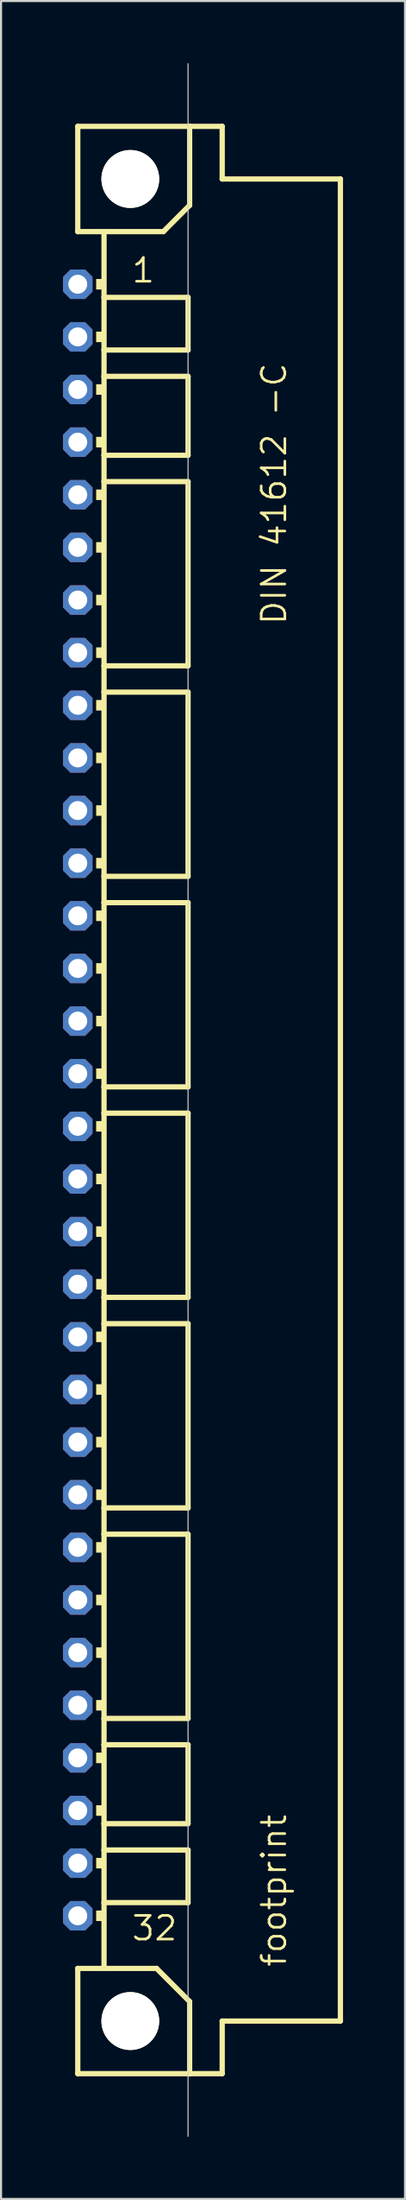
<source format=kicad_pcb>
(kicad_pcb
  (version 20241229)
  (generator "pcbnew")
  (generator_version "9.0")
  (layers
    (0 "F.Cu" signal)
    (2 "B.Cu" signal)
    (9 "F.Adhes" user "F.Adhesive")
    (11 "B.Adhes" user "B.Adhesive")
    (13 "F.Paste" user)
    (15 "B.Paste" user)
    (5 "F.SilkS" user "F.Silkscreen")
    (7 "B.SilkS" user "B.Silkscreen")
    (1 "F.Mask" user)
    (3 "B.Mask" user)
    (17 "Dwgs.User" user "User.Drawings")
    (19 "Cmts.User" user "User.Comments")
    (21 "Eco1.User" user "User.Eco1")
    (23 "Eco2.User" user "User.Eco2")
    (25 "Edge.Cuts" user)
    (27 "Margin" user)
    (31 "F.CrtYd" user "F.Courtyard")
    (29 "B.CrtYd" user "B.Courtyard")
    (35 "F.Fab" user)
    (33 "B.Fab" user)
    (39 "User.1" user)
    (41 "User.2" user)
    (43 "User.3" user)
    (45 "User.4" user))
  (footprint "footprint"
    (layer "F.Cu")
    (at 3.251 50.038)
    (property "Reference" "footprint" (at 7.62 41.91 90) (layer "F.SilkS") (effects (font (size 1.143 1.143) (thickness 0.127)) (justify left bottom)))
    (fp_line (start -2.54 -46.99) (end -2.54 -41.91) (stroke (width 0.254) (type solid)) (layer "F.SilkS"))
    (fp_line (start -2.54 -41.91) (end -1.27 -41.91) (stroke (width 0.254) (type solid)) (layer "F.SilkS"))
    (fp_line (start -2.54 41.91) (end -2.54 46.99) (stroke (width 0.254) (type solid)) (layer "F.SilkS"))
    (fp_line (start -2.54 41.91) (end -1.27 41.91) (stroke (width 0.254) (type solid)) (layer "F.SilkS"))
    (fp_line (start -2.54 46.99) (end 2.87 46.99) (stroke (width 0.254) (type solid)) (layer "F.SilkS"))
    (fp_line (start -1.27 -41.91) (end -1.27 -38.735) (stroke (width 0.254) (type solid)) (layer "F.SilkS"))
    (fp_line (start -1.27 -41.91) (end 1.6 -41.91) (stroke (width 0.254) (type solid)) (layer "F.SilkS"))
    (fp_line (start -1.27 -38.735) (end -1.27 -36.195) (stroke (width 0.254) (type solid)) (layer "F.SilkS"))
    (fp_line (start -1.27 -36.195) (end -1.27 -34.925) (stroke (width 0.254) (type solid)) (layer "F.SilkS"))
    (fp_line (start -1.27 -34.925) (end -1.27 -31.115) (stroke (width 0.254) (type solid)) (layer "F.SilkS"))
    (fp_line (start -1.27 -31.115) (end -1.27 -29.845) (stroke (width 0.254) (type solid)) (layer "F.SilkS"))
    (fp_line (start -1.27 -29.845) (end -1.27 -20.955) (stroke (width 0.254) (type solid)) (layer "F.SilkS"))
    (fp_line (start -1.27 -20.955) (end -1.27 -19.685) (stroke (width 0.254) (type solid)) (layer "F.SilkS"))
    (fp_line (start -1.27 -19.685) (end -1.27 -10.795) (stroke (width 0.254) (type solid)) (layer "F.SilkS"))
    (fp_line (start -1.27 -10.795) (end -1.27 -9.525) (stroke (width 0.254) (type solid)) (layer "F.SilkS"))
    (fp_line (start -1.27 -9.525) (end -1.27 -0.635) (stroke (width 0.254) (type solid)) (layer "F.SilkS"))
    (fp_line (start -1.27 -0.635) (end -1.27 0.635) (stroke (width 0.254) (type solid)) (layer "F.SilkS"))
    (fp_line (start -1.27 0.635) (end -1.27 9.525) (stroke (width 0.254) (type solid)) (layer "F.SilkS"))
    (fp_line (start -1.27 9.525) (end -1.27 10.795) (stroke (width 0.254) (type solid)) (layer "F.SilkS"))
    (fp_line (start -1.27 10.795) (end -1.27 19.685) (stroke (width 0.254) (type solid)) (layer "F.SilkS"))
    (fp_line (start -1.27 19.685) (end -1.27 20.955) (stroke (width 0.254) (type solid)) (layer "F.SilkS"))
    (fp_line (start -1.27 20.955) (end -1.27 29.845) (stroke (width 0.254) (type solid)) (layer "F.SilkS"))
    (fp_line (start -1.27 29.845) (end -1.27 31.115) (stroke (width 0.254) (type solid)) (layer "F.SilkS"))
    (fp_line (start -1.27 31.115) (end -1.27 34.925) (stroke (width 0.254) (type solid)) (layer "F.SilkS"))
    (fp_line (start -1.27 34.925) (end -1.27 36.195) (stroke (width 0.254) (type solid)) (layer "F.SilkS"))
    (fp_line (start -1.27 36.195) (end -1.27 38.735) (stroke (width 0.254) (type solid)) (layer "F.SilkS"))
    (fp_line (start -1.27 38.735) (end -1.27 41.91) (stroke (width 0.254) (type solid)) (layer "F.SilkS"))
    (fp_line (start -1.27 41.91) (end 1.27 41.91) (stroke (width 0.254) (type solid)) (layer "F.SilkS"))
    (fp_line (start 1.6 -41.91) (end 2.87 -43.18) (stroke (width 0.254) (type solid)) (layer "F.SilkS"))
    (fp_line (start 2.794 -38.735) (end -1.27 -38.735) (stroke (width 0.254) (type solid)) (layer "F.SilkS"))
    (fp_line (start 2.794 -38.735) (end 2.794 -36.195) (stroke (width 0.254) (type solid)) (layer "F.SilkS"))
    (fp_line (start 2.794 -36.195) (end -1.27 -36.195) (stroke (width 0.254) (type solid)) (layer "F.SilkS"))
    (fp_line (start 2.794 -34.925) (end -1.27 -34.925) (stroke (width 0.254) (type solid)) (layer "F.SilkS"))
    (fp_line (start 2.794 -34.925) (end 2.794 -31.115) (stroke (width 0.254) (type solid)) (layer "F.SilkS"))
    (fp_line (start 2.794 -31.115) (end -1.27 -31.115) (stroke (width 0.254) (type solid)) (layer "F.SilkS"))
    (fp_line (start 2.794 -29.845) (end -1.27 -29.845) (stroke (width 0.254) (type solid)) (layer "F.SilkS"))
    (fp_line (start 2.794 -29.845) (end 2.794 -20.955) (stroke (width 0.254) (type solid)) (layer "F.SilkS"))
    (fp_line (start 2.794 -20.955) (end -1.27 -20.955) (stroke (width 0.254) (type solid)) (layer "F.SilkS"))
    (fp_line (start 2.794 -19.685) (end -1.27 -19.685) (stroke (width 0.254) (type solid)) (layer "F.SilkS"))
    (fp_line (start 2.794 -19.685) (end 2.794 -10.795) (stroke (width 0.254) (type solid)) (layer "F.SilkS"))
    (fp_line (start 2.794 -10.795) (end -1.27 -10.795) (stroke (width 0.254) (type solid)) (layer "F.SilkS"))
    (fp_line (start 2.794 -9.525) (end -1.27 -9.525) (stroke (width 0.254) (type solid)) (layer "F.SilkS"))
    (fp_line (start 2.794 -9.525) (end 2.794 -0.635) (stroke (width 0.254) (type solid)) (layer "F.SilkS"))
    (fp_line (start 2.794 -0.635) (end -1.27 -0.635) (stroke (width 0.254) (type solid)) (layer "F.SilkS"))
    (fp_line (start 2.794 0.635) (end -1.27 0.635) (stroke (width 0.254) (type solid)) (layer "F.SilkS"))
    (fp_line (start 2.794 0.635) (end 2.794 9.525) (stroke (width 0.254) (type solid)) (layer "F.SilkS"))
    (fp_line (start 2.794 9.525) (end -1.27 9.525) (stroke (width 0.254) (type solid)) (layer "F.SilkS"))
    (fp_line (start 2.794 10.795) (end -1.27 10.795) (stroke (width 0.254) (type solid)) (layer "F.SilkS"))
    (fp_line (start 2.794 10.795) (end 2.794 19.685) (stroke (width 0.254) (type solid)) (layer "F.SilkS"))
    (fp_line (start 2.794 19.685) (end -1.27 19.685) (stroke (width 0.254) (type solid)) (layer "F.SilkS"))
    (fp_line (start 2.794 20.955) (end -1.27 20.955) (stroke (width 0.254) (type solid)) (layer "F.SilkS"))
    (fp_line (start 2.794 20.955) (end 2.794 29.845) (stroke (width 0.254) (type solid)) (layer "F.SilkS"))
    (fp_line (start 2.794 29.845) (end -1.27 29.845) (stroke (width 0.254) (type solid)) (layer "F.SilkS"))
    (fp_line (start 2.794 31.115) (end -1.27 31.115) (stroke (width 0.254) (type solid)) (layer "F.SilkS"))
    (fp_line (start 2.794 31.115) (end 2.794 34.925) (stroke (width 0.254) (type solid)) (layer "F.SilkS"))
    (fp_line (start 2.794 34.925) (end -1.27 34.925) (stroke (width 0.254) (type solid)) (layer "F.SilkS"))
    (fp_line (start 2.794 36.195) (end -1.27 36.195) (stroke (width 0.254) (type solid)) (layer "F.SilkS"))
    (fp_line (start 2.794 36.195) (end 2.794 38.735) (stroke (width 0.254) (type solid)) (layer "F.SilkS"))
    (fp_line (start 2.794 38.735) (end -1.27 38.735) (stroke (width 0.254) (type solid)) (layer "F.SilkS"))
    (fp_line (start 2.87 -46.99) (end -2.54 -46.99) (stroke (width 0.254) (type solid)) (layer "F.SilkS"))
    (fp_line (start 2.87 -43.18) (end 2.87 -46.99) (stroke (width 0.254) (type solid)) (layer "F.SilkS"))
    (fp_line (start 2.87 43.51) (end 1.27 41.91) (stroke (width 0.254) (type solid)) (layer "F.SilkS"))
    (fp_line (start 2.87 43.51) (end 2.87 46.99) (stroke (width 0.254) (type solid)) (layer "F.SilkS"))
    (fp_line (start 2.87 46.99) (end 4.445 46.99) (stroke (width 0.254) (type solid)) (layer "F.SilkS"))
    (fp_line (start 4.445 -46.99) (end 2.87 -46.99) (stroke (width 0.254) (type solid)) (layer "F.SilkS"))
    (fp_line (start 4.445 -44.45) (end 4.445 -46.99) (stroke (width 0.254) (type solid)) (layer "F.SilkS"))
    (fp_line (start 4.445 44.45) (end 10.16 44.45) (stroke (width 0.254) (type solid)) (layer "F.SilkS"))
    (fp_line (start 4.445 46.99) (end 4.445 44.45) (stroke (width 0.254) (type solid)) (layer "F.SilkS"))
    (fp_line (start 10.16 -44.45) (end 4.445 -44.45) (stroke (width 0.254) (type solid)) (layer "F.SilkS"))
    (fp_line (start 10.16 44.45) (end 10.16 -44.45) (stroke (width 0.254) (type solid)) (layer "F.SilkS"))
    (fp_circle (center 0 -44.45) (end 1.27 -44.45) (stroke (width 0.254) (type solid)) (fill no) (layer "F.SilkS"))
    (fp_circle (center 0 44.45) (end 1.27 44.45) (stroke (width 0.254) (type solid)) (fill no) (layer "F.SilkS"))
    (fp_poly (pts (xy -1.651 -39.116) (xy -1.27 -39.116) (xy -1.27 -39.624) (xy -1.651 -39.624)) (stroke (width 0) (type solid)) (fill yes) (layer "F.SilkS"))
    (fp_poly (pts (xy -1.651 -36.576) (xy -1.27 -36.576) (xy -1.27 -37.084) (xy -1.651 -37.084)) (stroke (width 0) (type solid)) (fill yes) (layer "F.SilkS"))
    (fp_poly (pts (xy -1.651 -34.036) (xy -1.27 -34.036) (xy -1.27 -34.544) (xy -1.651 -34.544)) (stroke (width 0) (type solid)) (fill yes) (layer "F.SilkS"))
    (fp_poly (pts (xy -1.651 -31.496) (xy -1.27 -31.496) (xy -1.27 -32.004) (xy -1.651 -32.004)) (stroke (width 0) (type solid)) (fill yes) (layer "F.SilkS"))
    (fp_poly (pts (xy -1.651 -28.956) (xy -1.27 -28.956) (xy -1.27 -29.464) (xy -1.651 -29.464)) (stroke (width 0) (type solid)) (fill yes) (layer "F.SilkS"))
    (fp_poly (pts (xy -1.651 -26.416) (xy -1.27 -26.416) (xy -1.27 -26.924) (xy -1.651 -26.924)) (stroke (width 0) (type solid)) (fill yes) (layer "F.SilkS"))
    (fp_poly (pts (xy -1.651 -23.876) (xy -1.27 -23.876) (xy -1.27 -24.384) (xy -1.651 -24.384)) (stroke (width 0) (type solid)) (fill yes) (layer "F.SilkS"))
    (fp_poly (pts (xy -1.651 -21.336) (xy -1.27 -21.336) (xy -1.27 -21.844) (xy -1.651 -21.844)) (stroke (width 0) (type solid)) (fill yes) (layer "F.SilkS"))
    (fp_poly (pts (xy -1.651 -18.796) (xy -1.27 -18.796) (xy -1.27 -19.304) (xy -1.651 -19.304)) (stroke (width 0) (type solid)) (fill yes) (layer "F.SilkS"))
    (fp_poly (pts (xy -1.651 -16.256) (xy -1.27 -16.256) (xy -1.27 -16.764) (xy -1.651 -16.764)) (stroke (width 0) (type solid)) (fill yes) (layer "F.SilkS"))
    (fp_poly (pts (xy -1.651 -13.716) (xy -1.27 -13.716) (xy -1.27 -14.224) (xy -1.651 -14.224)) (stroke (width 0) (type solid)) (fill yes) (layer "F.SilkS"))
    (fp_poly (pts (xy -1.651 -11.176) (xy -1.27 -11.176) (xy -1.27 -11.684) (xy -1.651 -11.684)) (stroke (width 0) (type solid)) (fill yes) (layer "F.SilkS"))
    (fp_poly (pts (xy -1.651 -8.636) (xy -1.27 -8.636) (xy -1.27 -9.144) (xy -1.651 -9.144)) (stroke (width 0) (type solid)) (fill yes) (layer "F.SilkS"))
    (fp_poly (pts (xy -1.651 -6.096) (xy -1.27 -6.096) (xy -1.27 -6.604) (xy -1.651 -6.604)) (stroke (width 0) (type solid)) (fill yes) (layer "F.SilkS"))
    (fp_poly (pts (xy -1.651 -3.556) (xy -1.27 -3.556) (xy -1.27 -4.064) (xy -1.651 -4.064)) (stroke (width 0) (type solid)) (fill yes) (layer "F.SilkS"))
    (fp_poly (pts (xy -1.651 -1.016) (xy -1.27 -1.016) (xy -1.27 -1.524) (xy -1.651 -1.524)) (stroke (width 0) (type solid)) (fill yes) (layer "F.SilkS"))
    (fp_poly (pts (xy -1.651 1.524) (xy -1.27 1.524) (xy -1.27 1.016) (xy -1.651 1.016)) (stroke (width 0) (type solid)) (fill yes) (layer "F.SilkS"))
    (fp_poly (pts (xy -1.651 4.064) (xy -1.27 4.064) (xy -1.27 3.556) (xy -1.651 3.556)) (stroke (width 0) (type solid)) (fill yes) (layer "F.SilkS"))
    (fp_poly (pts (xy -1.651 6.604) (xy -1.27 6.604) (xy -1.27 6.096) (xy -1.651 6.096)) (stroke (width 0) (type solid)) (fill yes) (layer "F.SilkS"))
    (fp_poly (pts (xy -1.651 9.144) (xy -1.27 9.144) (xy -1.27 8.636) (xy -1.651 8.636)) (stroke (width 0) (type solid)) (fill yes) (layer "F.SilkS"))
    (fp_poly (pts (xy -1.651 11.684) (xy -1.27 11.684) (xy -1.27 11.176) (xy -1.651 11.176)) (stroke (width 0) (type solid)) (fill yes) (layer "F.SilkS"))
    (fp_poly (pts (xy -1.651 14.224) (xy -1.27 14.224) (xy -1.27 13.716) (xy -1.651 13.716)) (stroke (width 0) (type solid)) (fill yes) (layer "F.SilkS"))
    (fp_poly (pts (xy -1.651 16.764) (xy -1.27 16.764) (xy -1.27 16.256) (xy -1.651 16.256)) (stroke (width 0) (type solid)) (fill yes) (layer "F.SilkS"))
    (fp_poly (pts (xy -1.651 19.304) (xy -1.27 19.304) (xy -1.27 18.796) (xy -1.651 18.796)) (stroke (width 0) (type solid)) (fill yes) (layer "F.SilkS"))
    (fp_poly (pts (xy -1.651 21.844) (xy -1.27 21.844) (xy -1.27 21.336) (xy -1.651 21.336)) (stroke (width 0) (type solid)) (fill yes) (layer "F.SilkS"))
    (fp_poly (pts (xy -1.651 24.384) (xy -1.27 24.384) (xy -1.27 23.876) (xy -1.651 23.876)) (stroke (width 0) (type solid)) (fill yes) (layer "F.SilkS"))
    (fp_poly (pts (xy -1.651 26.924) (xy -1.27 26.924) (xy -1.27 26.416) (xy -1.651 26.416)) (stroke (width 0) (type solid)) (fill yes) (layer "F.SilkS"))
    (fp_poly (pts (xy -1.651 29.464) (xy -1.27 29.464) (xy -1.27 28.956) (xy -1.651 28.956)) (stroke (width 0) (type solid)) (fill yes) (layer "F.SilkS"))
    (fp_poly (pts (xy -1.651 32.004) (xy -1.27 32.004) (xy -1.27 31.496) (xy -1.651 31.496)) (stroke (width 0) (type solid)) (fill yes) (layer "F.SilkS"))
    (fp_poly (pts (xy -1.651 34.544) (xy -1.27 34.544) (xy -1.27 34.036) (xy -1.651 34.036)) (stroke (width 0) (type solid)) (fill yes) (layer "F.SilkS"))
    (fp_poly (pts (xy -1.651 37.084) (xy -1.27 37.084) (xy -1.27 36.576) (xy -1.651 36.576)) (stroke (width 0) (type solid)) (fill yes) (layer "F.SilkS"))
    (fp_poly (pts (xy -1.651 39.624) (xy -1.27 39.624) (xy -1.27 39.116) (xy -1.651 39.116)) (stroke (width 0) (type solid)) (fill yes) (layer "F.SilkS"))
    (fp_line (start 2.794 50.013) (end 2.794 -50.013) (stroke (width 0.05) (type solid)) (layer "Edge.Cuts"))
    (fp_text user "1" (at 0 -39.37 0) (layer "F.SilkS") (effects (font (size 1.143 1.143) (thickness 0.127)) (justify left bottom)))
    (fp_text user "DIN 41612 -C" (at 7.62 -22.86 90) (layer "F.SilkS") (effects (font (size 1.143 1.143) (thickness 0.127)) (justify left bottom)))
    (fp_text user "32" (at 0 40.64 0) (layer "F.SilkS") (effects (font (size 1.143 1.143) (thickness 0.127)) (justify left bottom)))
    (pad "" np_thru_hole circle (at 0 -44.45) (size 2.794 2.794) (drill 2.794) (layers "*.Cu" "*.Mask"))
    (pad "" np_thru_hole circle (at 0 44.45) (size 2.794 2.794) (drill 2.794) (layers "*.Cu" "*.Mask"))
    (pad "A1" thru_hole roundrect (at -2.54 -39.37) (size 1.422 1.422) (drill 0.914) (layers "*.Cu" "*.Mask") (roundrect_rratio 0.25) (chamfer_ratio 0.25) (chamfer top_left top_right bottom_left bottom_right))
    (pad "A2" thru_hole roundrect (at -2.54 -36.83) (size 1.422 1.422) (drill 0.914) (layers "*.Cu" "*.Mask") (roundrect_rratio 0.25) (chamfer_ratio 0.25) (chamfer top_left top_right bottom_left bottom_right))
    (pad "A3" thru_hole roundrect (at -2.54 -34.29) (size 1.422 1.422) (drill 0.914) (layers "*.Cu" "*.Mask") (roundrect_rratio 0.25) (chamfer_ratio 0.25) (chamfer top_left top_right bottom_left bottom_right))
    (pad "A4" thru_hole roundrect (at -2.54 -31.75) (size 1.422 1.422) (drill 0.914) (layers "*.Cu" "*.Mask") (roundrect_rratio 0.25) (chamfer_ratio 0.25) (chamfer top_left top_right bottom_left bottom_right))
    (pad "A5" thru_hole roundrect (at -2.54 -29.21) (size 1.422 1.422) (drill 0.914) (layers "*.Cu" "*.Mask") (roundrect_rratio 0.25) (chamfer_ratio 0.25) (chamfer top_left top_right bottom_left bottom_right))
    (pad "A6" thru_hole roundrect (at -2.54 -26.67) (size 1.422 1.422) (drill 0.914) (layers "*.Cu" "*.Mask") (roundrect_rratio 0.25) (chamfer_ratio 0.25) (chamfer top_left top_right bottom_left bottom_right))
    (pad "A7" thru_hole roundrect (at -2.54 -24.13) (size 1.422 1.422) (drill 0.914) (layers "*.Cu" "*.Mask") (roundrect_rratio 0.25) (chamfer_ratio 0.25) (chamfer top_left top_right bottom_left bottom_right))
    (pad "A8" thru_hole roundrect (at -2.54 -21.59) (size 1.422 1.422) (drill 0.914) (layers "*.Cu" "*.Mask") (roundrect_rratio 0.25) (chamfer_ratio 0.25) (chamfer top_left top_right bottom_left bottom_right))
    (pad "A9" thru_hole roundrect (at -2.54 -19.05) (size 1.422 1.422) (drill 0.914) (layers "*.Cu" "*.Mask") (roundrect_rratio 0.25) (chamfer_ratio 0.25) (chamfer top_left top_right bottom_left bottom_right))
    (pad "A10" thru_hole roundrect (at -2.54 -16.51) (size 1.422 1.422) (drill 0.914) (layers "*.Cu" "*.Mask") (roundrect_rratio 0.25) (chamfer_ratio 0.25) (chamfer top_left top_right bottom_left bottom_right))
    (pad "A11" thru_hole roundrect (at -2.54 -13.97) (size 1.422 1.422) (drill 0.914) (layers "*.Cu" "*.Mask") (roundrect_rratio 0.25) (chamfer_ratio 0.25) (chamfer top_left top_right bottom_left bottom_right))
    (pad "A12" thru_hole roundrect (at -2.54 -11.43) (size 1.422 1.422) (drill 0.914) (layers "*.Cu" "*.Mask") (roundrect_rratio 0.25) (chamfer_ratio 0.25) (chamfer top_left top_right bottom_left bottom_right))
    (pad "A13" thru_hole roundrect (at -2.54 -8.89) (size 1.422 1.422) (drill 0.914) (layers "*.Cu" "*.Mask") (roundrect_rratio 0.25) (chamfer_ratio 0.25) (chamfer top_left top_right bottom_left bottom_right))
    (pad "A14" thru_hole roundrect (at -2.54 -6.35) (size 1.422 1.422) (drill 0.914) (layers "*.Cu" "*.Mask") (roundrect_rratio 0.25) (chamfer_ratio 0.25) (chamfer top_left top_right bottom_left bottom_right))
    (pad "A15" thru_hole roundrect (at -2.54 -3.81) (size 1.422 1.422) (drill 0.914) (layers "*.Cu" "*.Mask") (roundrect_rratio 0.25) (chamfer_ratio 0.25) (chamfer top_left top_right bottom_left bottom_right))
    (pad "A16" thru_hole roundrect (at -2.54 -1.27) (size 1.422 1.422) (drill 0.914) (layers "*.Cu" "*.Mask") (roundrect_rratio 0.25) (chamfer_ratio 0.25) (chamfer top_left top_right bottom_left bottom_right))
    (pad "A17" thru_hole roundrect (at -2.54 1.27) (size 1.422 1.422) (drill 0.914) (layers "*.Cu" "*.Mask") (roundrect_rratio 0.25) (chamfer_ratio 0.25) (chamfer top_left top_right bottom_left bottom_right))
    (pad "A18" thru_hole roundrect (at -2.54 3.81) (size 1.422 1.422) (drill 0.914) (layers "*.Cu" "*.Mask") (roundrect_rratio 0.25) (chamfer_ratio 0.25) (chamfer top_left top_right bottom_left bottom_right))
    (pad "A19" thru_hole roundrect (at -2.54 6.35) (size 1.422 1.422) (drill 0.914) (layers "*.Cu" "*.Mask") (roundrect_rratio 0.25) (chamfer_ratio 0.25) (chamfer top_left top_right bottom_left bottom_right))
    (pad "A20" thru_hole roundrect (at -2.54 8.89) (size 1.422 1.422) (drill 0.914) (layers "*.Cu" "*.Mask") (roundrect_rratio 0.25) (chamfer_ratio 0.25) (chamfer top_left top_right bottom_left bottom_right))
    (pad "A21" thru_hole roundrect (at -2.54 11.43) (size 1.422 1.422) (drill 0.914) (layers "*.Cu" "*.Mask") (roundrect_rratio 0.25) (chamfer_ratio 0.25) (chamfer top_left top_right bottom_left bottom_right))
    (pad "A22" thru_hole roundrect (at -2.54 13.97) (size 1.422 1.422) (drill 0.914) (layers "*.Cu" "*.Mask") (roundrect_rratio 0.25) (chamfer_ratio 0.25) (chamfer top_left top_right bottom_left bottom_right))
    (pad "A23" thru_hole roundrect (at -2.54 16.51) (size 1.422 1.422) (drill 0.914) (layers "*.Cu" "*.Mask") (roundrect_rratio 0.25) (chamfer_ratio 0.25) (chamfer top_left top_right bottom_left bottom_right))
    (pad "A24" thru_hole roundrect (at -2.54 19.05) (size 1.422 1.422) (drill 0.914) (layers "*.Cu" "*.Mask") (roundrect_rratio 0.25) (chamfer_ratio 0.25) (chamfer top_left top_right bottom_left bottom_right))
    (pad "A25" thru_hole roundrect (at -2.54 21.59) (size 1.422 1.422) (drill 0.914) (layers "*.Cu" "*.Mask") (roundrect_rratio 0.25) (chamfer_ratio 0.25) (chamfer top_left top_right bottom_left bottom_right))
    (pad "A26" thru_hole roundrect (at -2.54 24.13) (size 1.422 1.422) (drill 0.914) (layers "*.Cu" "*.Mask") (roundrect_rratio 0.25) (chamfer_ratio 0.25) (chamfer top_left top_right bottom_left bottom_right))
    (pad "A27" thru_hole roundrect (at -2.54 26.67) (size 1.422 1.422) (drill 0.914) (layers "*.Cu" "*.Mask") (roundrect_rratio 0.25) (chamfer_ratio 0.25) (chamfer top_left top_right bottom_left bottom_right))
    (pad "A28" thru_hole roundrect (at -2.54 29.21) (size 1.422 1.422) (drill 0.914) (layers "*.Cu" "*.Mask") (roundrect_rratio 0.25) (chamfer_ratio 0.25) (chamfer top_left top_right bottom_left bottom_right))
    (pad "A29" thru_hole roundrect (at -2.54 31.75) (size 1.422 1.422) (drill 0.914) (layers "*.Cu" "*.Mask") (roundrect_rratio 0.25) (chamfer_ratio 0.25) (chamfer top_left top_right bottom_left bottom_right))
    (pad "A30" thru_hole roundrect (at -2.54 34.29) (size 1.422 1.422) (drill 0.914) (layers "*.Cu" "*.Mask") (roundrect_rratio 0.25) (chamfer_ratio 0.25) (chamfer top_left top_right bottom_left bottom_right))
    (pad "A31" thru_hole roundrect (at -2.54 36.83) (size 1.422 1.422) (drill 0.914) (layers "*.Cu" "*.Mask") (roundrect_rratio 0.25) (chamfer_ratio 0.25) (chamfer top_left top_right bottom_left bottom_right))
    (pad "A32" thru_hole roundrect (at -2.54 39.37) (size 1.422 1.422) (drill 0.914) (layers "*.Cu" "*.Mask") (roundrect_rratio 0.25) (chamfer_ratio 0.25) (chamfer top_left top_right bottom_left bottom_right)))
  (gr_rect
    (start -3 -3)
    (end 16.538 103.075)
    (stroke (width 0.1) (type default))
    (fill no)
    (layer "Edge.Cuts")))
</source>
